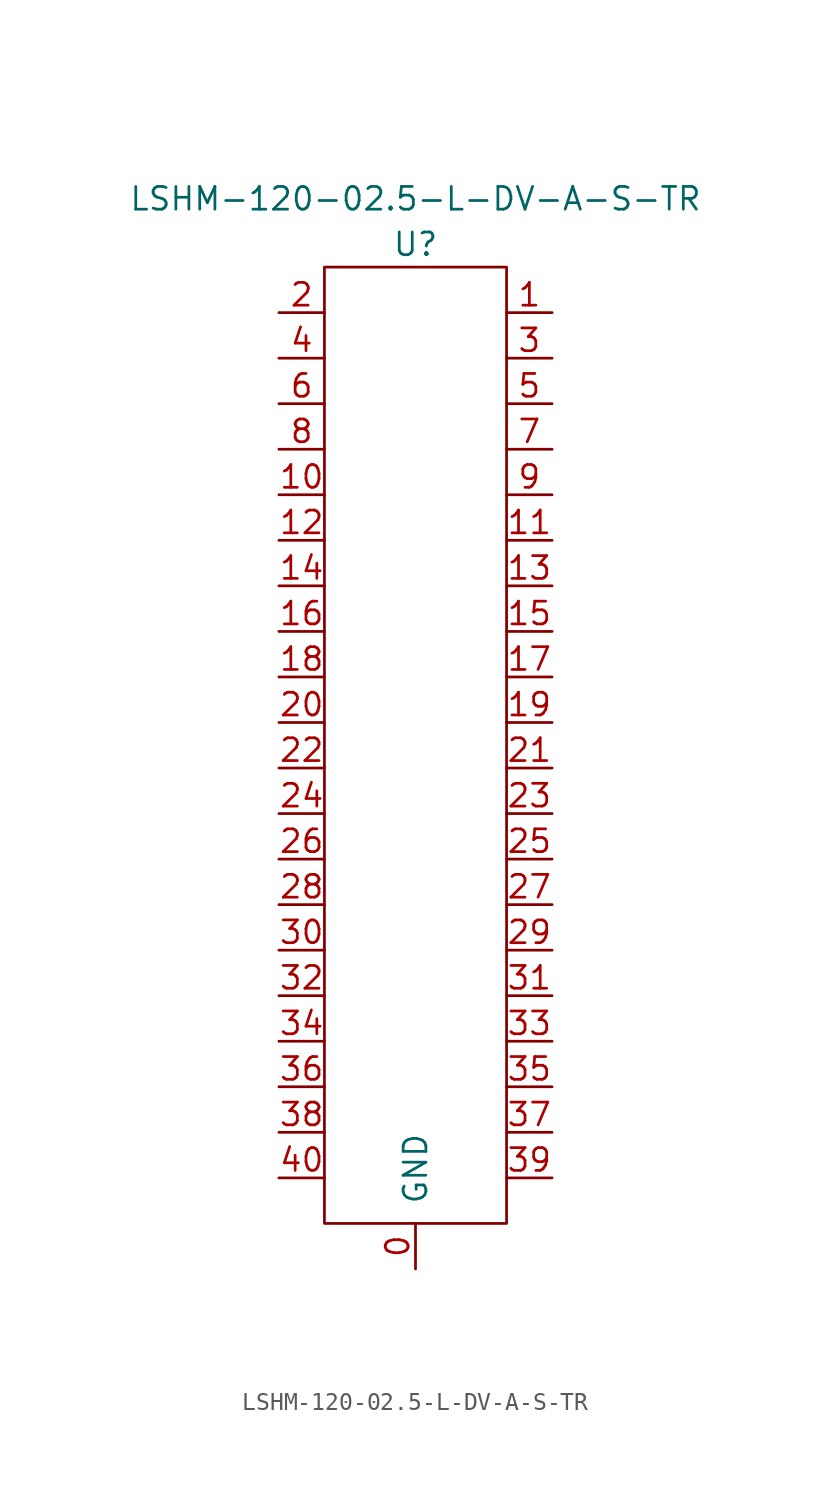
<source format=kicad_sym>
(kicad_symbol_lib
  (version 20220914)
  (generator kicad_symbol_editor)
  (symbol "LSHM-120-02.5-L-DV-A-S-TR"
    (pin_names
      (offset 1.016))
    (property "Reference" "U"
      (at 0 15.24 0)
      (effects (font (size 1.27 1.27))))
    (property "Value" "LSHM-120-02.5-L-DV-A-S-TR"
      (at 0 17.78 0)
      (effects (font (size 1.27 1.27))))
    (symbol "LSHM-120-02.5-L-DV-A-S-TR_0_1"
      (rectangle (start -5.08 13.97) (end 5.08 -39.37) (stroke (width 0) (type solid)) (fill (type none))))
    (symbol "LSHM-120-02.5-L-DV-A-S-TR_1_1"
      (pin output line (at 0 -41.91 90) (length 2.54) (name "GND" (effects (font (size 1.27 1.27)))) (number "0" (effects (font (size 1.27 1.27)))))
      (pin bidirectional line (at 7.62 11.43 180) (length 2.54) (name "~" (effects (font (size 1.27 1.27)))) (number "1" (effects (font (size 1.27 1.27)))))
      (pin bidirectional line (at -7.62 1.27 0) (length 2.54) (name "~" (effects (font (size 1.27 1.27)))) (number "10" (effects (font (size 1.27 1.27)))))
      (pin bidirectional line (at 7.62 -1.27 180) (length 2.54) (name "~" (effects (font (size 1.27 1.27)))) (number "11" (effects (font (size 1.27 1.27)))))
      (pin bidirectional line (at -7.62 -1.27 0) (length 2.54) (name "~" (effects (font (size 1.27 1.27)))) (number "12" (effects (font (size 1.27 1.27)))))
      (pin bidirectional line (at 7.62 -3.81 180) (length 2.54) (name "~" (effects (font (size 1.27 1.27)))) (number "13" (effects (font (size 1.27 1.27)))))
      (pin bidirectional line (at -7.62 -3.81 0) (length 2.54) (name "~" (effects (font (size 1.27 1.27)))) (number "14" (effects (font (size 1.27 1.27)))))
      (pin bidirectional line (at 7.62 -6.35 180) (length 2.54) (name "~" (effects (font (size 1.27 1.27)))) (number "15" (effects (font (size 1.27 1.27)))))
      (pin bidirectional line (at -7.62 -6.35 0) (length 2.54) (name "~" (effects (font (size 1.27 1.27)))) (number "16" (effects (font (size 1.27 1.27)))))
      (pin bidirectional line (at 7.62 -8.89 180) (length 2.54) (name "~" (effects (font (size 1.27 1.27)))) (number "17" (effects (font (size 1.27 1.27)))))
      (pin bidirectional line (at -7.62 -8.89 0) (length 2.54) (name "~" (effects (font (size 1.27 1.27)))) (number "18" (effects (font (size 1.27 1.27)))))
      (pin bidirectional line (at 7.62 -11.43 180) (length 2.54) (name "~" (effects (font (size 1.27 1.27)))) (number "19" (effects (font (size 1.27 1.27)))))
      (pin bidirectional line (at -7.62 11.43 0) (length 2.54) (name "~" (effects (font (size 1.27 1.27)))) (number "2" (effects (font (size 1.27 1.27)))))
      (pin bidirectional line (at -7.62 -11.43 0) (length 2.54) (name "~" (effects (font (size 1.27 1.27)))) (number "20" (effects (font (size 1.27 1.27)))))
      (pin bidirectional line (at 7.62 -13.97 180) (length 2.54) (name "~" (effects (font (size 1.27 1.27)))) (number "21" (effects (font (size 1.27 1.27)))))
      (pin bidirectional line (at -7.62 -13.97 0) (length 2.54) (name "~" (effects (font (size 1.27 1.27)))) (number "22" (effects (font (size 1.27 1.27)))))
      (pin bidirectional line (at 7.62 -16.51 180) (length 2.54) (name "~" (effects (font (size 1.27 1.27)))) (number "23" (effects (font (size 1.27 1.27)))))
      (pin bidirectional line (at -7.62 -16.51 0) (length 2.54) (name "~" (effects (font (size 1.27 1.27)))) (number "24" (effects (font (size 1.27 1.27)))))
      (pin bidirectional line (at 7.62 -19.05 180) (length 2.54) (name "~" (effects (font (size 1.27 1.27)))) (number "25" (effects (font (size 1.27 1.27)))))
      (pin bidirectional line (at -7.62 -19.05 0) (length 2.54) (name "~" (effects (font (size 1.27 1.27)))) (number "26" (effects (font (size 1.27 1.27)))))
      (pin bidirectional line (at 7.62 -21.59 180) (length 2.54) (name "~" (effects (font (size 1.27 1.27)))) (number "27" (effects (font (size 1.27 1.27)))))
      (pin bidirectional line (at -7.62 -21.59 0) (length 2.54) (name "~" (effects (font (size 1.27 1.27)))) (number "28" (effects (font (size 1.27 1.27)))))
      (pin bidirectional line (at 7.62 -24.13 180) (length 2.54) (name "~" (effects (font (size 1.27 1.27)))) (number "29" (effects (font (size 1.27 1.27)))))
      (pin bidirectional line (at 7.62 8.89 180) (length 2.54) (name "~" (effects (font (size 1.27 1.27)))) (number "3" (effects (font (size 1.27 1.27)))))
      (pin bidirectional line (at -7.62 -24.13 0) (length 2.54) (name "~" (effects (font (size 1.27 1.27)))) (number "30" (effects (font (size 1.27 1.27)))))
      (pin bidirectional line (at 7.62 -26.67 180) (length 2.54) (name "~" (effects (font (size 1.27 1.27)))) (number "31" (effects (font (size 1.27 1.27)))))
      (pin bidirectional line (at -7.62 -26.67 0) (length 2.54) (name "~" (effects (font (size 1.27 1.27)))) (number "32" (effects (font (size 1.27 1.27)))))
      (pin bidirectional line (at 7.62 -29.21 180) (length 2.54) (name "~" (effects (font (size 1.27 1.27)))) (number "33" (effects (font (size 1.27 1.27)))))
      (pin bidirectional line (at -7.62 -29.21 0) (length 2.54) (name "~" (effects (font (size 1.27 1.27)))) (number "34" (effects (font (size 1.27 1.27)))))
      (pin bidirectional line (at 7.62 -31.75 180) (length 2.54) (name "~" (effects (font (size 1.27 1.27)))) (number "35" (effects (font (size 1.27 1.27)))))
      (pin bidirectional line (at -7.62 -31.75 0) (length 2.54) (name "~" (effects (font (size 1.27 1.27)))) (number "36" (effects (font (size 1.27 1.27)))))
      (pin bidirectional line (at 7.62 -34.29 180) (length 2.54) (name "~" (effects (font (size 1.27 1.27)))) (number "37" (effects (font (size 1.27 1.27)))))
      (pin bidirectional line (at -7.62 -34.29 0) (length 2.54) (name "~" (effects (font (size 1.27 1.27)))) (number "38" (effects (font (size 1.27 1.27)))))
      (pin bidirectional line (at 7.62 -36.83 180) (length 2.54) (name "~" (effects (font (size 1.27 1.27)))) (number "39" (effects (font (size 1.27 1.27)))))
      (pin bidirectional line (at -7.62 8.89 0) (length 2.54) (name "~" (effects (font (size 1.27 1.27)))) (number "4" (effects (font (size 1.27 1.27)))))
      (pin bidirectional line (at -7.62 -36.83 0) (length 2.54) (name "~" (effects (font (size 1.27 1.27)))) (number "40" (effects (font (size 1.27 1.27)))))
      (pin bidirectional line (at 7.62 6.35 180) (length 2.54) (name "~" (effects (font (size 1.27 1.27)))) (number "5" (effects (font (size 1.27 1.27)))))
      (pin bidirectional line (at -7.62 6.35 0) (length 2.54) (name "~" (effects (font (size 1.27 1.27)))) (number "6" (effects (font (size 1.27 1.27)))))
      (pin bidirectional line (at 7.62 3.81 180) (length 2.54) (name "~" (effects (font (size 1.27 1.27)))) (number "7" (effects (font (size 1.27 1.27)))))
      (pin bidirectional line (at -7.62 3.81 0) (length 2.54) (name "~" (effects (font (size 1.27 1.27)))) (number "8" (effects (font (size 1.27 1.27)))))
      (pin bidirectional line (at 7.62 1.27 180) (length 2.54) (name "~" (effects (font (size 1.27 1.27)))) (number "9" (effects (font (size 1.27 1.27))))))))
</source>
